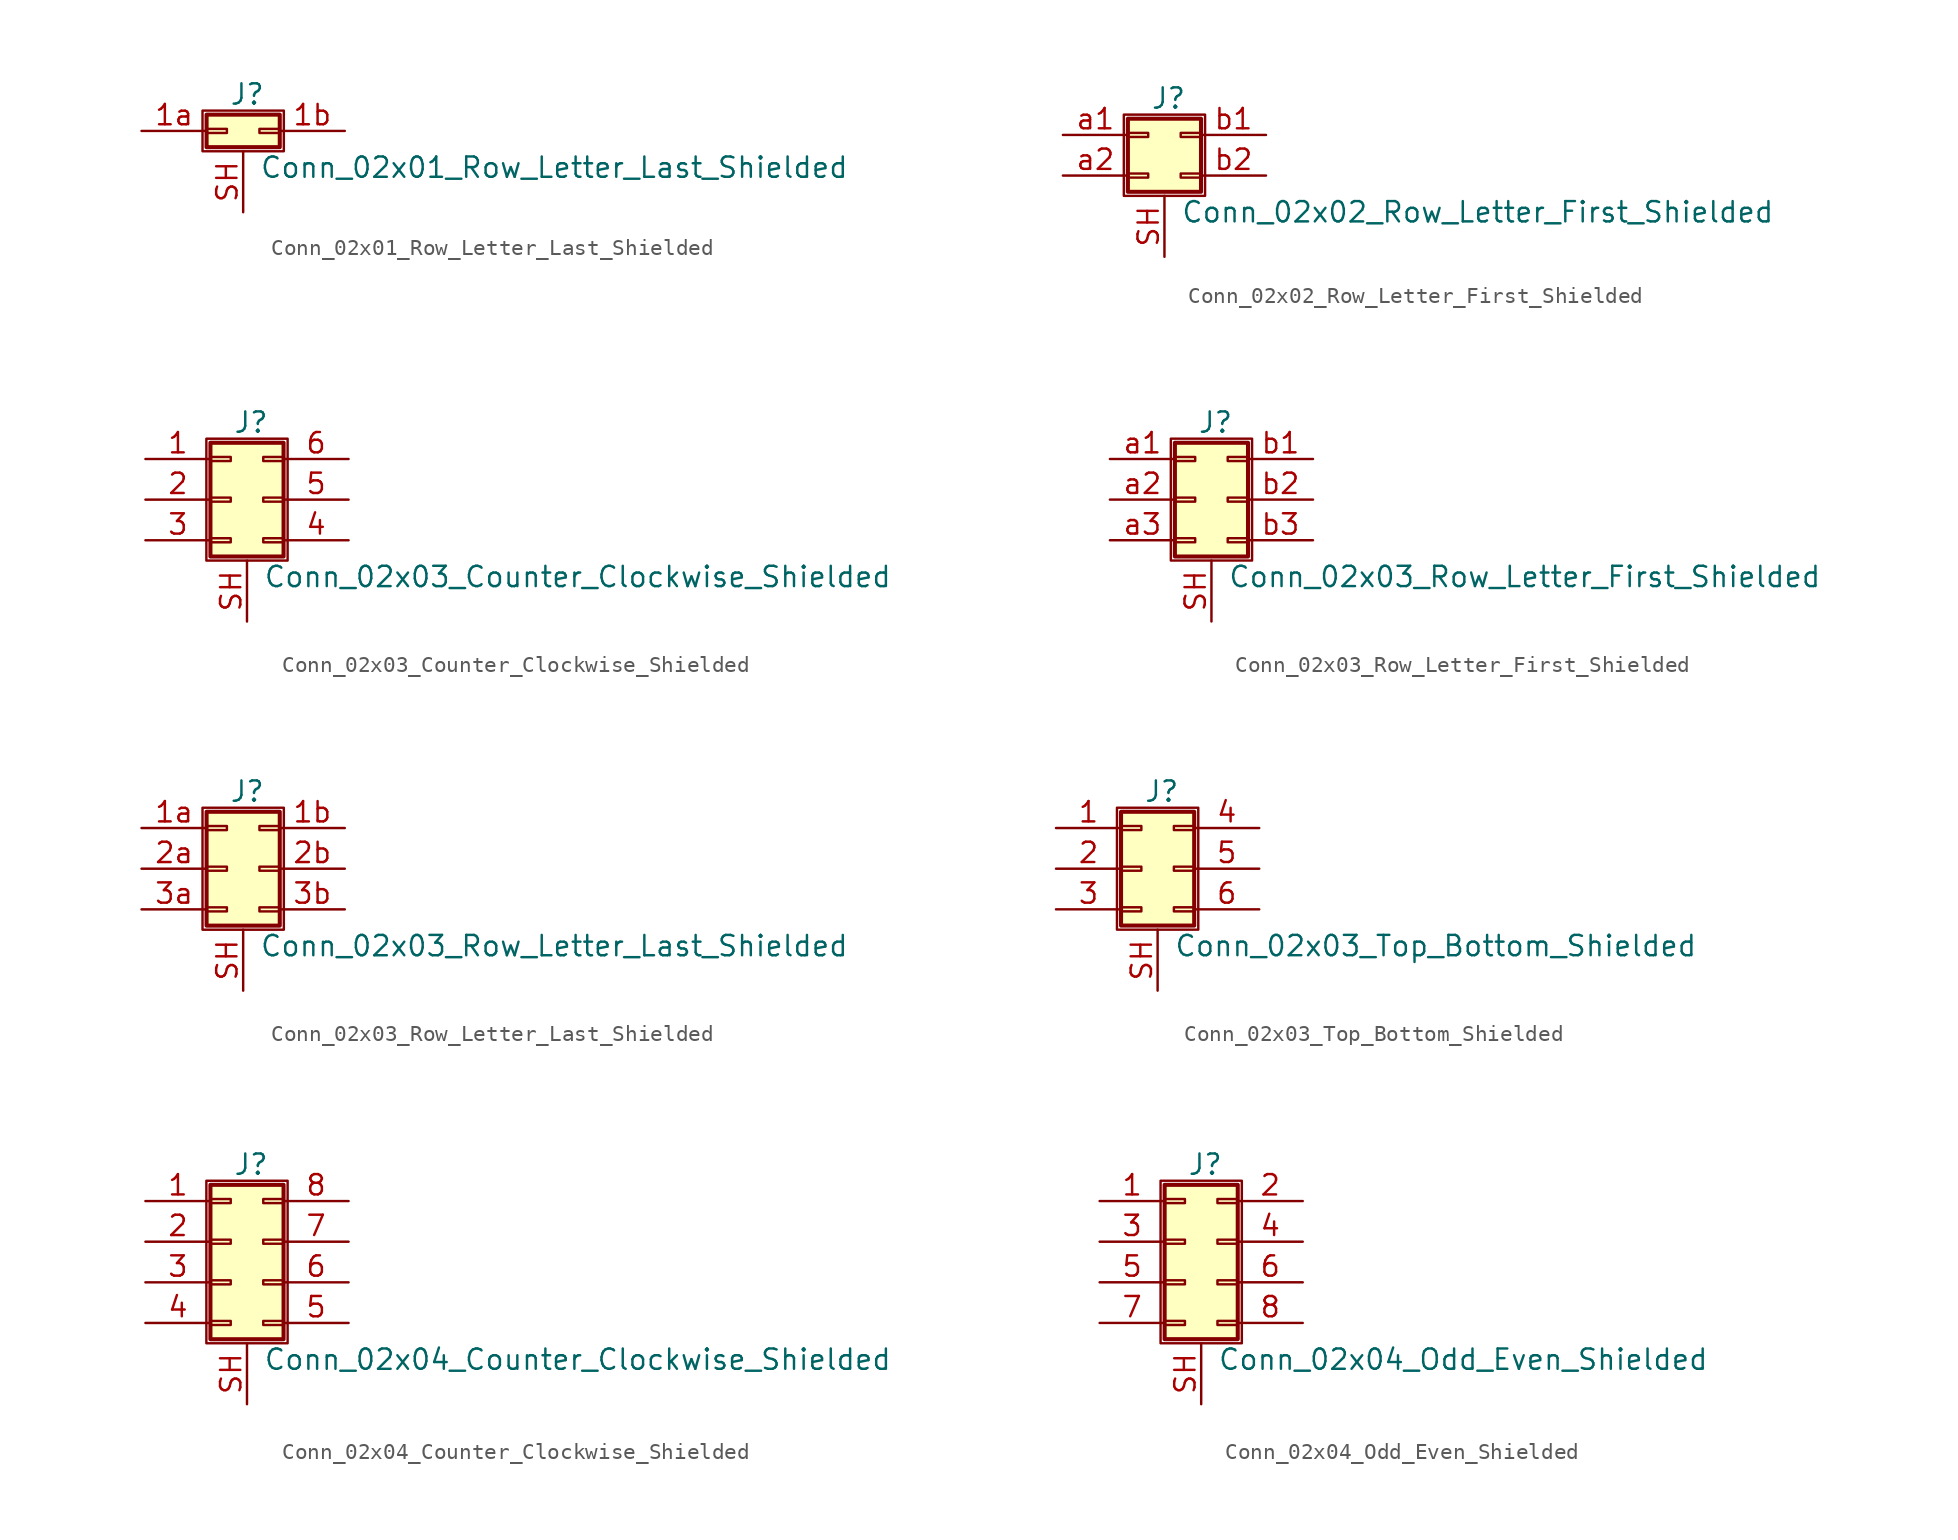
<source format=kicad_sym>
(kicad_symbol_lib
  (version 20201005)
  (generator kicad_symbol_editor)
  (symbol "Conn_02x01_Row_Letter_Last_Shielded"
    (pin_names
      (offset 1.016) hide)
    (property "Reference" "J"
      (at 1.524 2.286 0)
      (effects (font (size 1.27 1.27))))
    (property "Value" "Conn_02x01_Row_Letter_Last_Shielded"
      (at 2.286 -2.286 0)
      (effects (font (size 1.27 1.27)) (justify left)))
    (symbol "Conn_02x01_Row_Letter_Last_Shielded_1_1"
      (rectangle (start -1.27 1.27) (end 3.81 -1.27) (stroke (width 0.152)) (fill (type none)))
      (rectangle (start -1.016 0.127) (end 0.254 -0.127) (stroke (width 0.152)) (fill (type none)))
      (rectangle (start 3.556 0.127) (end 2.286 -0.127) (stroke (width 0.152)) (fill (type none)))
      (rectangle (start -1.016 1.016) (end 3.556 -1.016) (stroke (width 0.254)) (fill (type background)))
      (pin passive line (at -5.08 0 0) (length 4.064) (name "Pin_1a" (effects (font (size 1.27 1.27)))) (number "1a" (effects (font (size 1.27 1.27)))))
      (pin passive line (at 7.62 0 180) (length 4.064) (name "Pin_1b" (effects (font (size 1.27 1.27)))) (number "1b" (effects (font (size 1.27 1.27)))))
      (pin passive line (at 1.27 -5.08 90) (length 3.81) (name "Shield" (effects (font (size 1.27 1.27)))) (number "SH" (effects (font (size 1.27 1.27)))))))
  (symbol "Conn_02x02_Row_Letter_First_Shielded"
    (pin_names
      (offset 1.016) hide)
    (property "Reference" "J"
      (at 1.524 2.286 0)
      (effects (font (size 1.27 1.27))))
    (property "Value" "Conn_02x02_Row_Letter_First_Shielded"
      (at 2.286 -4.826 0)
      (effects (font (size 1.27 1.27)) (justify left)))
    (symbol "Conn_02x02_Row_Letter_First_Shielded_1_1"
      (rectangle (start -1.27 1.27) (end 3.81 -3.81) (stroke (width 0.152)) (fill (type none)))
      (rectangle (start -1.016 -2.413) (end 0.254 -2.667) (stroke (width 0.152)) (fill (type none)))
      (rectangle (start -1.016 0.127) (end 0.254 -0.127) (stroke (width 0.152)) (fill (type none)))
      (rectangle (start 3.556 -2.413) (end 2.286 -2.667) (stroke (width 0.152)) (fill (type none)))
      (rectangle (start 3.556 0.127) (end 2.286 -0.127) (stroke (width 0.152)) (fill (type none)))
      (rectangle (start -1.016 1.016) (end 3.556 -3.556) (stroke (width 0.254)) (fill (type background)))
      (pin passive line (at 1.27 -7.62 90) (length 3.81) (name "Shield" (effects (font (size 1.27 1.27)))) (number "SH" (effects (font (size 1.27 1.27)))))
      (pin passive line (at -5.08 0 0) (length 4.064) (name "Pin_a1" (effects (font (size 1.27 1.27)))) (number "a1" (effects (font (size 1.27 1.27)))))
      (pin passive line (at -5.08 -2.54 0) (length 4.064) (name "Pin_a2" (effects (font (size 1.27 1.27)))) (number "a2" (effects (font (size 1.27 1.27)))))
      (pin passive line (at 7.62 0 180) (length 4.064) (name "Pin_b1" (effects (font (size 1.27 1.27)))) (number "b1" (effects (font (size 1.27 1.27)))))
      (pin passive line (at 7.62 -2.54 180) (length 4.064) (name "Pin_b2" (effects (font (size 1.27 1.27)))) (number "b2" (effects (font (size 1.27 1.27)))))))
  (symbol "Conn_02x03_Counter_Clockwise_Shielded"
    (pin_names
      (offset 1.016) hide)
    (property "Reference" "J"
      (at 1.524 4.826 0)
      (effects (font (size 1.27 1.27))))
    (property "Value" "Conn_02x03_Counter_Clockwise_Shielded"
      (at 2.286 -4.826 0)
      (effects (font (size 1.27 1.27)) (justify left)))
    (symbol "Conn_02x03_Counter_Clockwise_Shielded_1_1"
      (rectangle (start -1.27 3.81) (end 3.81 -3.81) (stroke (width 0.152)) (fill (type none)))
      (rectangle (start -1.016 -2.413) (end 0.254 -2.667) (stroke (width 0.152)) (fill (type none)))
      (rectangle (start -1.016 0.127) (end 0.254 -0.127) (stroke (width 0.152)) (fill (type none)))
      (rectangle (start -1.016 2.667) (end 0.254 2.413) (stroke (width 0.152)) (fill (type none)))
      (rectangle (start 3.556 -2.413) (end 2.286 -2.667) (stroke (width 0.152)) (fill (type none)))
      (rectangle (start 3.556 0.127) (end 2.286 -0.127) (stroke (width 0.152)) (fill (type none)))
      (rectangle (start 3.556 2.667) (end 2.286 2.413) (stroke (width 0.152)) (fill (type none)))
      (rectangle (start -1.016 3.556) (end 3.556 -3.556) (stroke (width 0.254)) (fill (type background)))
      (pin passive line (at -5.08 2.54 0) (length 4.064) (name "Pin_1" (effects (font (size 1.27 1.27)))) (number "1" (effects (font (size 1.27 1.27)))))
      (pin passive line (at -5.08 0 0) (length 4.064) (name "Pin_2" (effects (font (size 1.27 1.27)))) (number "2" (effects (font (size 1.27 1.27)))))
      (pin passive line (at -5.08 -2.54 0) (length 4.064) (name "Pin_3" (effects (font (size 1.27 1.27)))) (number "3" (effects (font (size 1.27 1.27)))))
      (pin passive line (at 7.62 -2.54 180) (length 4.064) (name "Pin_4" (effects (font (size 1.27 1.27)))) (number "4" (effects (font (size 1.27 1.27)))))
      (pin passive line (at 7.62 0 180) (length 4.064) (name "Pin_5" (effects (font (size 1.27 1.27)))) (number "5" (effects (font (size 1.27 1.27)))))
      (pin passive line (at 7.62 2.54 180) (length 4.064) (name "Pin_6" (effects (font (size 1.27 1.27)))) (number "6" (effects (font (size 1.27 1.27)))))
      (pin passive line (at 1.27 -7.62 90) (length 3.81) (name "Shield" (effects (font (size 1.27 1.27)))) (number "SH" (effects (font (size 1.27 1.27)))))))
  (symbol "Conn_02x03_Row_Letter_First_Shielded"
    (pin_names
      (offset 1.016) hide)
    (property "Reference" "J"
      (at 1.524 4.826 0)
      (effects (font (size 1.27 1.27))))
    (property "Value" "Conn_02x03_Row_Letter_First_Shielded"
      (at 2.286 -4.826 0)
      (effects (font (size 1.27 1.27)) (justify left)))
    (symbol "Conn_02x03_Row_Letter_First_Shielded_1_1"
      (rectangle (start -1.27 3.81) (end 3.81 -3.81) (stroke (width 0.152)) (fill (type none)))
      (rectangle (start -1.016 -2.413) (end 0.254 -2.667) (stroke (width 0.152)) (fill (type none)))
      (rectangle (start -1.016 0.127) (end 0.254 -0.127) (stroke (width 0.152)) (fill (type none)))
      (rectangle (start -1.016 2.667) (end 0.254 2.413) (stroke (width 0.152)) (fill (type none)))
      (rectangle (start 3.556 -2.413) (end 2.286 -2.667) (stroke (width 0.152)) (fill (type none)))
      (rectangle (start 3.556 0.127) (end 2.286 -0.127) (stroke (width 0.152)) (fill (type none)))
      (rectangle (start 3.556 2.667) (end 2.286 2.413) (stroke (width 0.152)) (fill (type none)))
      (rectangle (start -1.016 3.556) (end 3.556 -3.556) (stroke (width 0.254)) (fill (type background)))
      (pin passive line (at 1.27 -7.62 90) (length 3.81) (name "Shield" (effects (font (size 1.27 1.27)))) (number "SH" (effects (font (size 1.27 1.27)))))
      (pin passive line (at -5.08 2.54 0) (length 4.064) (name "Pin_a1" (effects (font (size 1.27 1.27)))) (number "a1" (effects (font (size 1.27 1.27)))))
      (pin passive line (at -5.08 0 0) (length 4.064) (name "Pin_a2" (effects (font (size 1.27 1.27)))) (number "a2" (effects (font (size 1.27 1.27)))))
      (pin passive line (at -5.08 -2.54 0) (length 4.064) (name "Pin_a3" (effects (font (size 1.27 1.27)))) (number "a3" (effects (font (size 1.27 1.27)))))
      (pin passive line (at 7.62 2.54 180) (length 4.064) (name "Pin_b1" (effects (font (size 1.27 1.27)))) (number "b1" (effects (font (size 1.27 1.27)))))
      (pin passive line (at 7.62 0 180) (length 4.064) (name "Pin_b2" (effects (font (size 1.27 1.27)))) (number "b2" (effects (font (size 1.27 1.27)))))
      (pin passive line (at 7.62 -2.54 180) (length 4.064) (name "Pin_b3" (effects (font (size 1.27 1.27)))) (number "b3" (effects (font (size 1.27 1.27)))))))
  (symbol "Conn_02x03_Row_Letter_Last_Shielded"
    (pin_names
      (offset 1.016) hide)
    (property "Reference" "J"
      (at 1.524 4.826 0)
      (effects (font (size 1.27 1.27))))
    (property "Value" "Conn_02x03_Row_Letter_Last_Shielded"
      (at 2.286 -4.826 0)
      (effects (font (size 1.27 1.27)) (justify left)))
    (symbol "Conn_02x03_Row_Letter_Last_Shielded_1_1"
      (rectangle (start -1.27 3.81) (end 3.81 -3.81) (stroke (width 0.152)) (fill (type none)))
      (rectangle (start -1.016 -2.413) (end 0.254 -2.667) (stroke (width 0.152)) (fill (type none)))
      (rectangle (start -1.016 0.127) (end 0.254 -0.127) (stroke (width 0.152)) (fill (type none)))
      (rectangle (start -1.016 2.667) (end 0.254 2.413) (stroke (width 0.152)) (fill (type none)))
      (rectangle (start 3.556 -2.413) (end 2.286 -2.667) (stroke (width 0.152)) (fill (type none)))
      (rectangle (start 3.556 0.127) (end 2.286 -0.127) (stroke (width 0.152)) (fill (type none)))
      (rectangle (start 3.556 2.667) (end 2.286 2.413) (stroke (width 0.152)) (fill (type none)))
      (rectangle (start -1.016 3.556) (end 3.556 -3.556) (stroke (width 0.254)) (fill (type background)))
      (pin passive line (at -5.08 2.54 0) (length 4.064) (name "Pin_1a" (effects (font (size 1.27 1.27)))) (number "1a" (effects (font (size 1.27 1.27)))))
      (pin passive line (at 7.62 2.54 180) (length 4.064) (name "Pin_1b" (effects (font (size 1.27 1.27)))) (number "1b" (effects (font (size 1.27 1.27)))))
      (pin passive line (at -5.08 0 0) (length 4.064) (name "Pin_2a" (effects (font (size 1.27 1.27)))) (number "2a" (effects (font (size 1.27 1.27)))))
      (pin passive line (at 7.62 0 180) (length 4.064) (name "Pin_2b" (effects (font (size 1.27 1.27)))) (number "2b" (effects (font (size 1.27 1.27)))))
      (pin passive line (at -5.08 -2.54 0) (length 4.064) (name "Pin_3a" (effects (font (size 1.27 1.27)))) (number "3a" (effects (font (size 1.27 1.27)))))
      (pin passive line (at 7.62 -2.54 180) (length 4.064) (name "Pin_3b" (effects (font (size 1.27 1.27)))) (number "3b" (effects (font (size 1.27 1.27)))))
      (pin passive line (at 1.27 -7.62 90) (length 3.81) (name "Shield" (effects (font (size 1.27 1.27)))) (number "SH" (effects (font (size 1.27 1.27)))))))
  (symbol "Conn_02x03_Top_Bottom_Shielded"
    (pin_names
      (offset 1.016) hide)
    (property "Reference" "J"
      (at 1.524 4.826 0)
      (effects (font (size 1.27 1.27))))
    (property "Value" "Conn_02x03_Top_Bottom_Shielded"
      (at 2.286 -4.826 0)
      (effects (font (size 1.27 1.27)) (justify left)))
    (symbol "Conn_02x03_Top_Bottom_Shielded_1_1"
      (rectangle (start -1.27 3.81) (end 3.81 -3.81) (stroke (width 0.152)) (fill (type none)))
      (rectangle (start -1.016 -2.413) (end 0.254 -2.667) (stroke (width 0.152)) (fill (type none)))
      (rectangle (start -1.016 0.127) (end 0.254 -0.127) (stroke (width 0.152)) (fill (type none)))
      (rectangle (start -1.016 2.667) (end 0.254 2.413) (stroke (width 0.152)) (fill (type none)))
      (rectangle (start 3.556 -2.413) (end 2.286 -2.667) (stroke (width 0.152)) (fill (type none)))
      (rectangle (start 3.556 0.127) (end 2.286 -0.127) (stroke (width 0.152)) (fill (type none)))
      (rectangle (start 3.556 2.667) (end 2.286 2.413) (stroke (width 0.152)) (fill (type none)))
      (rectangle (start -1.016 3.556) (end 3.556 -3.556) (stroke (width 0.254)) (fill (type background)))
      (pin passive line (at -5.08 2.54 0) (length 4.064) (name "Pin_1" (effects (font (size 1.27 1.27)))) (number "1" (effects (font (size 1.27 1.27)))))
      (pin passive line (at -5.08 0 0) (length 4.064) (name "Pin_2" (effects (font (size 1.27 1.27)))) (number "2" (effects (font (size 1.27 1.27)))))
      (pin passive line (at -5.08 -2.54 0) (length 4.064) (name "Pin_3" (effects (font (size 1.27 1.27)))) (number "3" (effects (font (size 1.27 1.27)))))
      (pin passive line (at 7.62 2.54 180) (length 4.064) (name "Pin_4" (effects (font (size 1.27 1.27)))) (number "4" (effects (font (size 1.27 1.27)))))
      (pin passive line (at 7.62 0 180) (length 4.064) (name "Pin_5" (effects (font (size 1.27 1.27)))) (number "5" (effects (font (size 1.27 1.27)))))
      (pin passive line (at 7.62 -2.54 180) (length 4.064) (name "Pin_6" (effects (font (size 1.27 1.27)))) (number "6" (effects (font (size 1.27 1.27)))))
      (pin passive line (at 1.27 -7.62 90) (length 3.81) (name "Shield" (effects (font (size 1.27 1.27)))) (number "SH" (effects (font (size 1.27 1.27)))))))
  (symbol "Conn_02x04_Counter_Clockwise_Shielded"
    (pin_names
      (offset 1.016) hide)
    (property "Reference" "J"
      (at 1.524 4.826 0)
      (effects (font (size 1.27 1.27))))
    (property "Value" "Conn_02x04_Counter_Clockwise_Shielded"
      (at 2.286 -7.366 0)
      (effects (font (size 1.27 1.27)) (justify left)))
    (symbol "Conn_02x04_Counter_Clockwise_Shielded_1_1"
      (rectangle (start -1.27 3.81) (end 3.81 -6.35) (stroke (width 0.152)) (fill (type none)))
      (rectangle (start -1.016 -4.953) (end 0.254 -5.207) (stroke (width 0.152)) (fill (type none)))
      (rectangle (start -1.016 -2.413) (end 0.254 -2.667) (stroke (width 0.152)) (fill (type none)))
      (rectangle (start -1.016 0.127) (end 0.254 -0.127) (stroke (width 0.152)) (fill (type none)))
      (rectangle (start -1.016 2.667) (end 0.254 2.413) (stroke (width 0.152)) (fill (type none)))
      (rectangle (start 3.556 -4.953) (end 2.286 -5.207) (stroke (width 0.152)) (fill (type none)))
      (rectangle (start 3.556 -2.413) (end 2.286 -2.667) (stroke (width 0.152)) (fill (type none)))
      (rectangle (start 3.556 0.127) (end 2.286 -0.127) (stroke (width 0.152)) (fill (type none)))
      (rectangle (start 3.556 2.667) (end 2.286 2.413) (stroke (width 0.152)) (fill (type none)))
      (rectangle (start -1.016 3.556) (end 3.556 -6.096) (stroke (width 0.254)) (fill (type background)))
      (pin passive line (at -5.08 2.54 0) (length 4.064) (name "Pin_1" (effects (font (size 1.27 1.27)))) (number "1" (effects (font (size 1.27 1.27)))))
      (pin passive line (at -5.08 0 0) (length 4.064) (name "Pin_2" (effects (font (size 1.27 1.27)))) (number "2" (effects (font (size 1.27 1.27)))))
      (pin passive line (at -5.08 -2.54 0) (length 4.064) (name "Pin_3" (effects (font (size 1.27 1.27)))) (number "3" (effects (font (size 1.27 1.27)))))
      (pin passive line (at -5.08 -5.08 0) (length 4.064) (name "Pin_4" (effects (font (size 1.27 1.27)))) (number "4" (effects (font (size 1.27 1.27)))))
      (pin passive line (at 7.62 -5.08 180) (length 4.064) (name "Pin_5" (effects (font (size 1.27 1.27)))) (number "5" (effects (font (size 1.27 1.27)))))
      (pin passive line (at 7.62 -2.54 180) (length 4.064) (name "Pin_6" (effects (font (size 1.27 1.27)))) (number "6" (effects (font (size 1.27 1.27)))))
      (pin passive line (at 7.62 0 180) (length 4.064) (name "Pin_7" (effects (font (size 1.27 1.27)))) (number "7" (effects (font (size 1.27 1.27)))))
      (pin passive line (at 7.62 2.54 180) (length 4.064) (name "Pin_8" (effects (font (size 1.27 1.27)))) (number "8" (effects (font (size 1.27 1.27)))))
      (pin passive line (at 1.27 -10.16 90) (length 3.81) (name "Shield" (effects (font (size 1.27 1.27)))) (number "SH" (effects (font (size 1.27 1.27)))))))
  (symbol "Conn_02x04_Odd_Even_Shielded"
    (pin_names
      (offset 1.016) hide)
    (property "Reference" "J"
      (at 1.524 4.826 0)
      (effects (font (size 1.27 1.27))))
    (property "Value" "Conn_02x04_Odd_Even_Shielded"
      (at 2.286 -7.366 0)
      (effects (font (size 1.27 1.27)) (justify left)))
    (symbol "Conn_02x04_Odd_Even_Shielded_1_1"
      (rectangle (start -1.27 3.81) (end 3.81 -6.35) (stroke (width 0.152)) (fill (type none)))
      (rectangle (start -1.016 -4.953) (end 0.254 -5.207) (stroke (width 0.152)) (fill (type none)))
      (rectangle (start -1.016 -2.413) (end 0.254 -2.667) (stroke (width 0.152)) (fill (type none)))
      (rectangle (start -1.016 0.127) (end 0.254 -0.127) (stroke (width 0.152)) (fill (type none)))
      (rectangle (start -1.016 2.667) (end 0.254 2.413) (stroke (width 0.152)) (fill (type none)))
      (rectangle (start 3.556 -4.953) (end 2.286 -5.207) (stroke (width 0.152)) (fill (type none)))
      (rectangle (start 3.556 -2.413) (end 2.286 -2.667) (stroke (width 0.152)) (fill (type none)))
      (rectangle (start 3.556 0.127) (end 2.286 -0.127) (stroke (width 0.152)) (fill (type none)))
      (rectangle (start 3.556 2.667) (end 2.286 2.413) (stroke (width 0.152)) (fill (type none)))
      (rectangle (start -1.016 3.556) (end 3.556 -6.096) (stroke (width 0.254)) (fill (type background)))
      (pin passive line (at -5.08 2.54 0) (length 4.064) (name "Pin_1" (effects (font (size 1.27 1.27)))) (number "1" (effects (font (size 1.27 1.27)))))
      (pin passive line (at 7.62 2.54 180) (length 4.064) (name "Pin_2" (effects (font (size 1.27 1.27)))) (number "2" (effects (font (size 1.27 1.27)))))
      (pin passive line (at -5.08 0 0) (length 4.064) (name "Pin_3" (effects (font (size 1.27 1.27)))) (number "3" (effects (font (size 1.27 1.27)))))
      (pin passive line (at 7.62 0 180) (length 4.064) (name "Pin_4" (effects (font (size 1.27 1.27)))) (number "4" (effects (font (size 1.27 1.27)))))
      (pin passive line (at -5.08 -2.54 0) (length 4.064) (name "Pin_5" (effects (font (size 1.27 1.27)))) (number "5" (effects (font (size 1.27 1.27)))))
      (pin passive line (at 7.62 -2.54 180) (length 4.064) (name "Pin_6" (effects (font (size 1.27 1.27)))) (number "6" (effects (font (size 1.27 1.27)))))
      (pin passive line (at -5.08 -5.08 0) (length 4.064) (name "Pin_7" (effects (font (size 1.27 1.27)))) (number "7" (effects (font (size 1.27 1.27)))))
      (pin passive line (at 7.62 -5.08 180) (length 4.064) (name "Pin_8" (effects (font (size 1.27 1.27)))) (number "8" (effects (font (size 1.27 1.27)))))
      (pin passive line (at 1.27 -10.16 90) (length 3.81) (name "Shield" (effects (font (size 1.27 1.27)))) (number "SH" (effects (font (size 1.27 1.27))))))))
</source>
